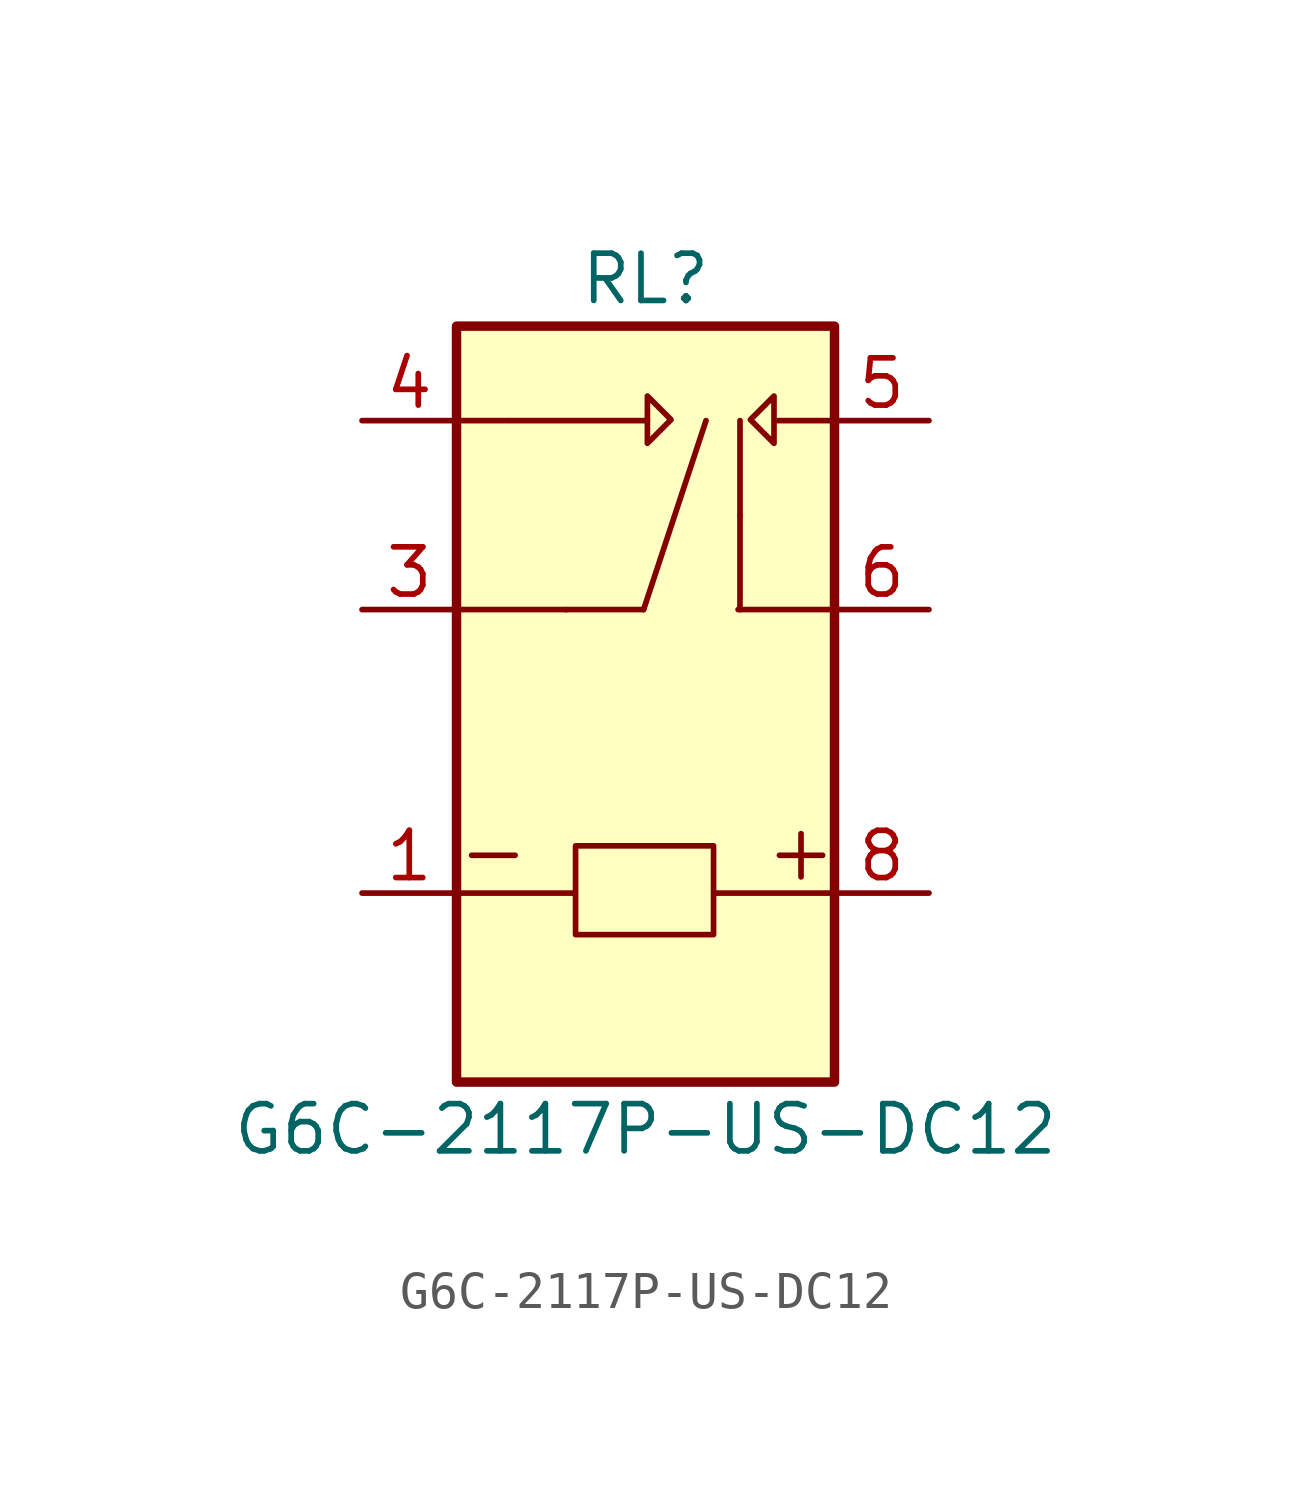
<source format=kicad_sym>
(kicad_symbol_lib
  (version 20220914)
  (generator kicad_symbol_editor)
  (symbol "G6C-2117P-US-DC12"
    (pin_names
      (offset 1.016))
    (property "Reference" "RL"
      (at 0 11.43 0)
      (effects (font (size 1.27 1.27))))
    (property "Value" "G6C-2117P-US-DC12"
      (at 0 -11.43 0)
      (effects (font (size 1.27 1.27))))
    (symbol "G6C-2117P-US-DC12_0_1"
      (rectangle (start -1.88 -3.81) (end 1.829 -6.198) (stroke (width 0) (type default)) (fill (type none)))
      (polyline (pts (xy -5.08 2.54) (xy -2.134 2.54)) (stroke (width 0) (type default)) (fill (type none)))
      (polyline (pts (xy -4.674 -4.064) (xy -3.505 -4.064)) (stroke (width 0) (type default)) (fill (type none)))
      (polyline (pts (xy -3.759 7.62) (xy 0.051 7.62)) (stroke (width 0) (type default)) (fill (type none)))
      (polyline (pts (xy -2.134 2.54) (xy -0.051 2.54)) (stroke (width 0) (type default)) (fill (type none)))
      (polyline (pts (xy -0.051 2.54) (xy 1.626 7.62)) (stroke (width 0) (type default)) (fill (type none)))
      (polyline (pts (xy 2.54 5.08) (xy 2.54 2.54)) (stroke (width 0) (type default)) (fill (type none)))
      (polyline (pts (xy 2.54 5.08) (xy 2.54 7.62)) (stroke (width 0) (type default)) (fill (type none)))
      (polyline (pts (xy 5.08 7.62) (xy 3.505 7.62)) (stroke (width 0) (type default)) (fill (type none))))
    (symbol "G6C-2117P-US-DC12_1_0"
      (polyline (pts (xy -3.81 7.62) (xy -5.08 7.62)) (stroke (width 0) (type default)) (fill (type none)))
      (polyline (pts (xy 0.051 7.01) (xy 0.051 8.28) (xy 0.686 7.645) (xy 0.051 7.01)) (stroke (width 0) (type default)) (fill (type none)))
      (polyline (pts (xy 3.454 8.28) (xy 3.454 7.01) (xy 2.819 7.645) (xy 3.454 8.28)) (stroke (width 0) (type default)) (fill (type none)))
      (text "+" (at 4.064 -4.064 900) (effects (font (size 1.524 1.524)))))
    (symbol "G6C-2117P-US-DC12_1_1"
      (rectangle (start -5.08 -10.16) (end 5.08 10.16) (stroke (width 0.254) (type default)) (fill (type background)))
      (polyline (pts (xy -5.08 -5.08) (xy -1.905 -5.08)) (stroke (width 0) (type default)) (fill (type none)))
      (polyline (pts (xy 2.489 2.54) (xy 5.029 2.54)) (stroke (width 0) (type default)) (fill (type none)))
      (polyline (pts (xy 5.08 -5.08) (xy 1.905 -5.08)) (stroke (width 0) (type default)) (fill (type none)))
      (pin passive line (at -7.62 -5.08 0) (length 2.54) (name "~" (effects (font (size 1.27 1.27)))) (number "1" (effects (font (size 1.27 1.27)))))
      (pin passive line (at -7.62 2.54 0) (length 2.54) (name "~" (effects (font (size 1.27 1.27)))) (number "3" (effects (font (size 1.27 1.27)))))
      (pin passive line (at -7.62 7.62 0) (length 2.54) (name "~" (effects (font (size 1.27 1.27)))) (number "4" (effects (font (size 1.27 1.27)))))
      (pin passive line (at 7.62 7.62 180) (length 2.54) (name "~" (effects (font (size 1.27 1.27)))) (number "5" (effects (font (size 1.27 1.27)))))
      (pin input line (at 7.62 2.54 180) (length 2.54) (name "~" (effects (font (size 1.27 1.27)))) (number "6" (effects (font (size 1.27 1.27)))))
      (pin input line (at 7.62 -5.08 180) (length 2.54) (name "~" (effects (font (size 1.27 1.27)))) (number "8" (effects (font (size 1.27 1.27))))))))
</source>
